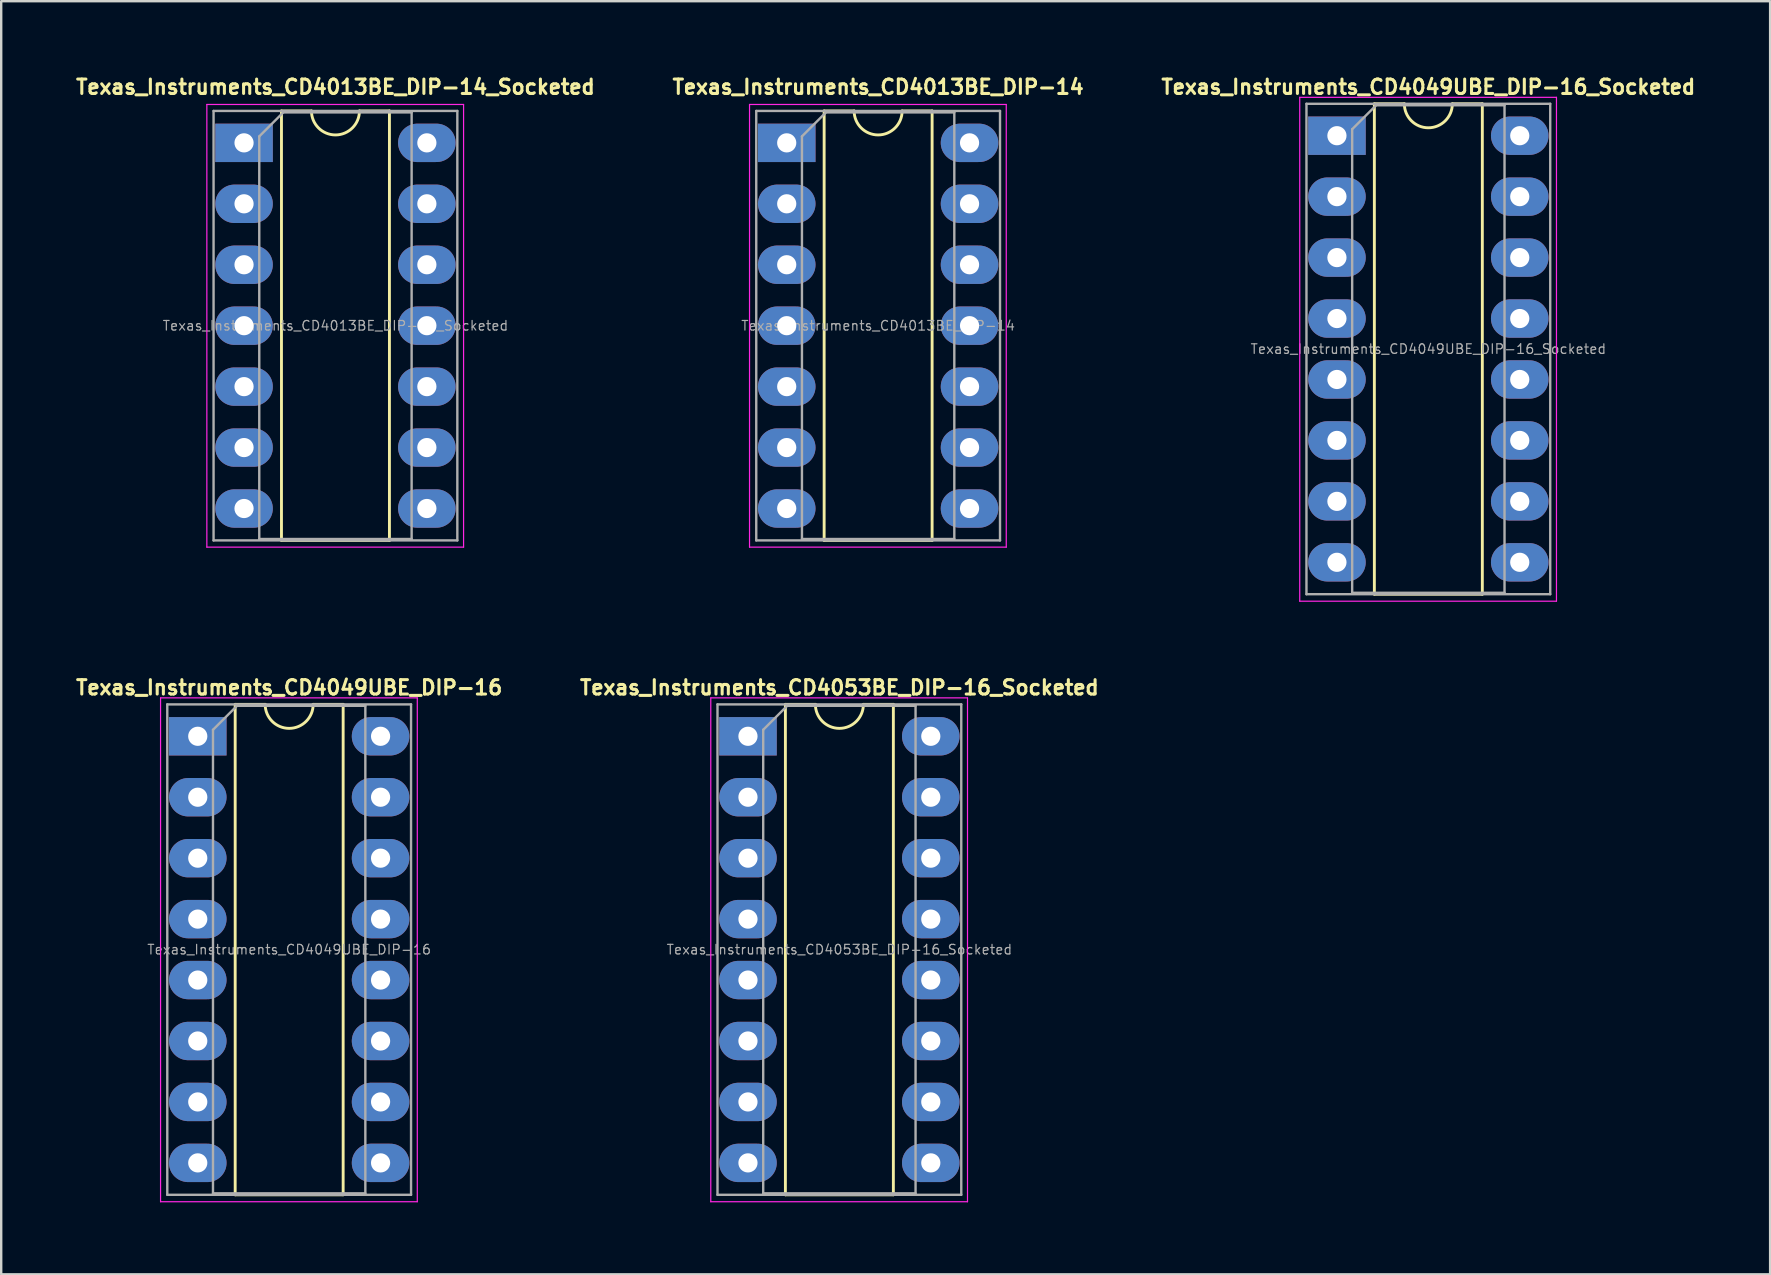
<source format=kicad_pcb>
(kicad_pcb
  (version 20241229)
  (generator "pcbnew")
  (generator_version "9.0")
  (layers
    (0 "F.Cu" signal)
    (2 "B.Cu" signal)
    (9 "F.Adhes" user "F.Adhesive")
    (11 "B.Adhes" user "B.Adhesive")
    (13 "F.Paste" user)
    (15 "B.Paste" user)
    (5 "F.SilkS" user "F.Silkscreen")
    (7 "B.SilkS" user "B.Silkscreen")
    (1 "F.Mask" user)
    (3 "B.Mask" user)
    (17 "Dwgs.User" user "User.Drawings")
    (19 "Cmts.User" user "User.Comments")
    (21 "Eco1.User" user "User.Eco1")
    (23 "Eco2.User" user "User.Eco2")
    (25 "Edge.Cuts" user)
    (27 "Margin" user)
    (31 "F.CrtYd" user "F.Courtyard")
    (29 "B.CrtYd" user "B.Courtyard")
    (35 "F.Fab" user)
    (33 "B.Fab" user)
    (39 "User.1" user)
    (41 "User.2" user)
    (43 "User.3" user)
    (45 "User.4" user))
  (footprint "Texas_Instruments_CD4013BE_DIP-14"
    (layer "F.Cu")
    (at 33.549 10.524)
    (property "Reference" "Texas_Instruments_CD4013BE_DIP-14" (at 0 -9.95 0) (layer "F.SilkS") (effects (font (size 0.6 0.6) (thickness 0.127))))
    (attr through_hole)
    (fp_line (start -2.25 -8.95) (end -2.25 8.95) (stroke (width 0.12) (type solid)) (layer "F.SilkS"))
    (fp_line (start -2.25 8.95) (end 2.25 8.95) (stroke (width 0.12) (type solid)) (layer "F.SilkS"))
    (fp_line (start -1 -8.95) (end -2.25 -8.95) (stroke (width 0.12) (type solid)) (layer "F.SilkS"))
    (fp_line (start 2.25 -8.95) (end 1 -8.95) (stroke (width 0.12) (type solid)) (layer "F.SilkS"))
    (fp_line (start 2.25 8.95) (end 2.25 -8.95) (stroke (width 0.12) (type solid)) (layer "F.SilkS"))
    (fp_arc (start 1 -8.95) (mid 0 -7.95) (end -1 -8.95) (stroke (width 0.12) (type solid)) (layer "F.SilkS"))
    (fp_line (start -5.36 -9.22) (end -5.36 9.23) (stroke (width 0.05) (type solid)) (layer "F.CrtYd"))
    (fp_line (start -5.36 9.23) (end 5.34 9.23) (stroke (width 0.05) (type solid)) (layer "F.CrtYd"))
    (fp_line (start 5.34 -9.22) (end -5.36 -9.22) (stroke (width 0.05) (type solid)) (layer "F.CrtYd"))
    (fp_line (start 5.34 9.23) (end 5.34 -9.22) (stroke (width 0.05) (type solid)) (layer "F.CrtYd"))
    (fp_line (start -5.08 -8.95) (end -5.08 8.95) (stroke (width 0.1) (type solid)) (layer "F.Fab"))
    (fp_line (start -5.08 8.95) (end 5.08 8.95) (stroke (width 0.1) (type solid)) (layer "F.Fab"))
    (fp_line (start -3.175 -7.89) (end -2.175 -8.89) (stroke (width 0.1) (type solid)) (layer "F.Fab"))
    (fp_line (start -3.175 8.89) (end -3.175 -7.89) (stroke (width 0.1) (type solid)) (layer "F.Fab"))
    (fp_line (start -2.175 -8.89) (end 3.175 -8.89) (stroke (width 0.1) (type solid)) (layer "F.Fab"))
    (fp_line (start 3.175 -8.89) (end 3.175 8.89) (stroke (width 0.1) (type solid)) (layer "F.Fab"))
    (fp_line (start 3.175 8.89) (end -3.175 8.89) (stroke (width 0.1) (type solid)) (layer "F.Fab"))
    (fp_line (start 5.08 -8.95) (end -5.08 -8.95) (stroke (width 0.1) (type solid)) (layer "F.Fab"))
    (fp_line (start 5.08 8.95) (end 5.08 -8.95) (stroke (width 0.1) (type solid)) (layer "F.Fab"))
    (fp_text user "${REFERENCE}" (at 0 0 0) (layer "F.Fab") (effects (font (size 0.4 0.4) (thickness 0.05))))
    (pad "1" thru_hole rect (at -3.81 -7.62) (size 2.4 1.6) (drill 0.8) (layers "*.Cu" "*.Mask"))
    (pad "2" thru_hole oval (at -3.81 -5.08) (size 2.4 1.6) (drill 0.8) (layers "*.Cu" "*.Mask"))
    (pad "3" thru_hole oval (at -3.81 -2.54) (size 2.4 1.6) (drill 0.8) (layers "*.Cu" "*.Mask"))
    (pad "4" thru_hole oval (at -3.81 0) (size 2.4 1.6) (drill 0.8) (layers "*.Cu" "*.Mask"))
    (pad "5" thru_hole oval (at -3.81 2.54) (size 2.4 1.6) (drill 0.8) (layers "*.Cu" "*.Mask"))
    (pad "6" thru_hole oval (at -3.81 5.08) (size 2.4 1.6) (drill 0.8) (layers "*.Cu" "*.Mask"))
    (pad "7" thru_hole oval (at -3.81 7.62) (size 2.4 1.6) (drill 0.8) (layers "*.Cu" "*.Mask"))
    (pad "8" thru_hole oval (at 3.81 7.62) (size 2.4 1.6) (drill 0.8) (layers "*.Cu" "*.Mask"))
    (pad "9" thru_hole oval (at 3.81 5.08) (size 2.4 1.6) (drill 0.8) (layers "*.Cu" "*.Mask"))
    (pad "10" thru_hole oval (at 3.81 2.54) (size 2.4 1.6) (drill 0.8) (layers "*.Cu" "*.Mask"))
    (pad "11" thru_hole oval (at 3.81 0) (size 2.4 1.6) (drill 0.8) (layers "*.Cu" "*.Mask"))
    (pad "12" thru_hole oval (at 3.81 -2.54) (size 2.4 1.6) (drill 0.8) (layers "*.Cu" "*.Mask"))
    (pad "13" thru_hole oval (at 3.81 -5.08) (size 2.4 1.6) (drill 0.8) (layers "*.Cu" "*.Mask"))
    (pad "14" thru_hole oval (at 3.81 -7.62) (size 2.4 1.6) (drill 0.8) (layers "*.Cu" "*.Mask")))
  (footprint "Texas_Instruments_CD4053BE_DIP-16_Socketed"
    (layer "F.Cu")
    (at 31.934 36.527)
    (property "Reference" "Texas_Instruments_CD4053BE_DIP-16_Socketed" (at 0 -10.922 0) (layer "F.SilkS") (effects (font (size 0.6 0.6) (thickness 0.127))))
    (attr through_hole)
    (fp_line (start -2.25 -10.22) (end -2.25 10.22) (stroke (width 0.12) (type solid)) (layer "F.SilkS"))
    (fp_line (start -2.25 10.22) (end 2.25 10.22) (stroke (width 0.12) (type solid)) (layer "F.SilkS"))
    (fp_line (start -1 -10.22) (end -2.25 -10.22) (stroke (width 0.12) (type solid)) (layer "F.SilkS"))
    (fp_line (start 2.25 -10.22) (end 1 -10.22) (stroke (width 0.12) (type solid)) (layer "F.SilkS"))
    (fp_line (start 2.25 10.22) (end 2.25 -10.22) (stroke (width 0.12) (type solid)) (layer "F.SilkS"))
    (fp_arc (start 1 -10.22) (mid 0 -9.22) (end -1 -10.22) (stroke (width 0.12) (type solid)) (layer "F.SilkS"))
    (fp_line (start -5.36 -10.49) (end -5.36 10.51) (stroke (width 0.05) (type solid)) (layer "F.CrtYd"))
    (fp_line (start -5.36 10.51) (end 5.34 10.51) (stroke (width 0.05) (type solid)) (layer "F.CrtYd"))
    (fp_line (start 5.34 -10.49) (end -5.36 -10.49) (stroke (width 0.05) (type solid)) (layer "F.CrtYd"))
    (fp_line (start 5.34 10.51) (end 5.34 -10.49) (stroke (width 0.05) (type solid)) (layer "F.CrtYd"))
    (fp_line (start -5.08 -10.22) (end -5.08 10.22) (stroke (width 0.1) (type solid)) (layer "F.Fab"))
    (fp_line (start -5.08 10.22) (end 5.08 10.22) (stroke (width 0.1) (type solid)) (layer "F.Fab"))
    (fp_line (start -3.175 -9.16) (end -2.175 -10.16) (stroke (width 0.1) (type solid)) (layer "F.Fab"))
    (fp_line (start -3.175 10.16) (end -3.175 -9.16) (stroke (width 0.1) (type solid)) (layer "F.Fab"))
    (fp_line (start -2.175 -10.16) (end 3.175 -10.16) (stroke (width 0.1) (type solid)) (layer "F.Fab"))
    (fp_line (start 3.175 -10.16) (end 3.175 10.16) (stroke (width 0.1) (type solid)) (layer "F.Fab"))
    (fp_line (start 3.175 10.16) (end -3.175 10.16) (stroke (width 0.1) (type solid)) (layer "F.Fab"))
    (fp_line (start 5.08 -10.22) (end -5.08 -10.22) (stroke (width 0.1) (type solid)) (layer "F.Fab"))
    (fp_line (start 5.08 10.22) (end 5.08 -10.22) (stroke (width 0.1) (type solid)) (layer "F.Fab"))
    (fp_text user "${REFERENCE}" (at 0 0 0) (layer "F.Fab") (effects (font (size 0.4 0.4) (thickness 0.05))))
    (pad "1" thru_hole rect (at -3.81 -8.89) (size 2.4 1.6) (drill 0.8) (layers "*.Cu" "*.Mask"))
    (pad "2" thru_hole oval (at -3.81 -6.35) (size 2.4 1.6) (drill 0.8) (layers "*.Cu" "*.Mask"))
    (pad "3" thru_hole oval (at -3.81 -3.81) (size 2.4 1.6) (drill 0.8) (layers "*.Cu" "*.Mask"))
    (pad "4" thru_hole oval (at -3.81 -1.27) (size 2.4 1.6) (drill 0.8) (layers "*.Cu" "*.Mask"))
    (pad "5" thru_hole oval (at -3.81 1.27) (size 2.4 1.6) (drill 0.8) (layers "*.Cu" "*.Mask"))
    (pad "6" thru_hole oval (at -3.81 3.81) (size 2.4 1.6) (drill 0.8) (layers "*.Cu" "*.Mask"))
    (pad "7" thru_hole oval (at -3.81 6.35) (size 2.4 1.6) (drill 0.8) (layers "*.Cu" "*.Mask"))
    (pad "8" thru_hole oval (at -3.81 8.89) (size 2.4 1.6) (drill 0.8) (layers "*.Cu" "*.Mask"))
    (pad "9" thru_hole oval (at 3.81 8.89) (size 2.4 1.6) (drill 0.8) (layers "*.Cu" "*.Mask"))
    (pad "10" thru_hole oval (at 3.81 6.35) (size 2.4 1.6) (drill 0.8) (layers "*.Cu" "*.Mask"))
    (pad "11" thru_hole oval (at 3.81 3.81) (size 2.4 1.6) (drill 0.8) (layers "*.Cu" "*.Mask"))
    (pad "12" thru_hole oval (at 3.81 1.27) (size 2.4 1.6) (drill 0.8) (layers "*.Cu" "*.Mask"))
    (pad "13" thru_hole oval (at 3.81 -1.27) (size 2.4 1.6) (drill 0.8) (layers "*.Cu" "*.Mask"))
    (pad "14" thru_hole oval (at 3.81 -3.81) (size 2.4 1.6) (drill 0.8) (layers "*.Cu" "*.Mask"))
    (pad "15" thru_hole oval (at 3.81 -6.35) (size 2.4 1.6) (drill 0.8) (layers "*.Cu" "*.Mask"))
    (pad "16" thru_hole oval (at 3.81 -8.89) (size 2.4 1.6) (drill 0.8) (layers "*.Cu" "*.Mask")))
  (footprint "Texas_Instruments_CD4049UBE_DIP-16_Socketed"
    (layer "F.Cu")
    (at 56.481 11.496)
    (property "Reference" "Texas_Instruments_CD4049UBE_DIP-16_Socketed" (at 0 -10.922 0) (layer "F.SilkS") (effects (font (size 0.6 0.6) (thickness 0.127))))
    (attr through_hole)
    (fp_line (start -2.25 -10.22) (end -2.25 10.22) (stroke (width 0.12) (type solid)) (layer "F.SilkS"))
    (fp_line (start -2.25 10.22) (end 2.25 10.22) (stroke (width 0.12) (type solid)) (layer "F.SilkS"))
    (fp_line (start -1 -10.22) (end -2.25 -10.22) (stroke (width 0.12) (type solid)) (layer "F.SilkS"))
    (fp_line (start 2.25 -10.22) (end 1 -10.22) (stroke (width 0.12) (type solid)) (layer "F.SilkS"))
    (fp_line (start 2.25 10.22) (end 2.25 -10.22) (stroke (width 0.12) (type solid)) (layer "F.SilkS"))
    (fp_arc (start 1 -10.22) (mid 0 -9.22) (end -1 -10.22) (stroke (width 0.12) (type solid)) (layer "F.SilkS"))
    (fp_line (start -5.36 -10.49) (end -5.36 10.51) (stroke (width 0.05) (type solid)) (layer "F.CrtYd"))
    (fp_line (start -5.36 10.51) (end 5.34 10.51) (stroke (width 0.05) (type solid)) (layer "F.CrtYd"))
    (fp_line (start 5.34 -10.49) (end -5.36 -10.49) (stroke (width 0.05) (type solid)) (layer "F.CrtYd"))
    (fp_line (start 5.34 10.51) (end 5.34 -10.49) (stroke (width 0.05) (type solid)) (layer "F.CrtYd"))
    (fp_line (start -5.08 -10.22) (end -5.08 10.22) (stroke (width 0.1) (type solid)) (layer "F.Fab"))
    (fp_line (start -5.08 10.22) (end 5.08 10.22) (stroke (width 0.1) (type solid)) (layer "F.Fab"))
    (fp_line (start -3.175 -9.16) (end -2.175 -10.16) (stroke (width 0.1) (type solid)) (layer "F.Fab"))
    (fp_line (start -3.175 10.16) (end -3.175 -9.16) (stroke (width 0.1) (type solid)) (layer "F.Fab"))
    (fp_line (start -2.175 -10.16) (end 3.175 -10.16) (stroke (width 0.1) (type solid)) (layer "F.Fab"))
    (fp_line (start 3.175 -10.16) (end 3.175 10.16) (stroke (width 0.1) (type solid)) (layer "F.Fab"))
    (fp_line (start 3.175 10.16) (end -3.175 10.16) (stroke (width 0.1) (type solid)) (layer "F.Fab"))
    (fp_line (start 5.08 -10.22) (end -5.08 -10.22) (stroke (width 0.1) (type solid)) (layer "F.Fab"))
    (fp_line (start 5.08 10.22) (end 5.08 -10.22) (stroke (width 0.1) (type solid)) (layer "F.Fab"))
    (fp_text user "${REFERENCE}" (at 0 0 0) (layer "F.Fab") (effects (font (size 0.4 0.4) (thickness 0.05))))
    (pad "1" thru_hole rect (at -3.81 -8.89) (size 2.4 1.6) (drill 0.8) (layers "*.Cu" "*.Mask"))
    (pad "2" thru_hole oval (at -3.81 -6.35) (size 2.4 1.6) (drill 0.8) (layers "*.Cu" "*.Mask"))
    (pad "3" thru_hole oval (at -3.81 -3.81) (size 2.4 1.6) (drill 0.8) (layers "*.Cu" "*.Mask"))
    (pad "4" thru_hole oval (at -3.81 -1.27) (size 2.4 1.6) (drill 0.8) (layers "*.Cu" "*.Mask"))
    (pad "5" thru_hole oval (at -3.81 1.27) (size 2.4 1.6) (drill 0.8) (layers "*.Cu" "*.Mask"))
    (pad "6" thru_hole oval (at -3.81 3.81) (size 2.4 1.6) (drill 0.8) (layers "*.Cu" "*.Mask"))
    (pad "7" thru_hole oval (at -3.81 6.35) (size 2.4 1.6) (drill 0.8) (layers "*.Cu" "*.Mask"))
    (pad "8" thru_hole oval (at -3.81 8.89) (size 2.4 1.6) (drill 0.8) (layers "*.Cu" "*.Mask"))
    (pad "9" thru_hole oval (at 3.81 8.89) (size 2.4 1.6) (drill 0.8) (layers "*.Cu" "*.Mask"))
    (pad "10" thru_hole oval (at 3.81 6.35) (size 2.4 1.6) (drill 0.8) (layers "*.Cu" "*.Mask"))
    (pad "11" thru_hole oval (at 3.81 3.81) (size 2.4 1.6) (drill 0.8) (layers "*.Cu" "*.Mask"))
    (pad "12" thru_hole oval (at 3.81 1.27) (size 2.4 1.6) (drill 0.8) (layers "*.Cu" "*.Mask"))
    (pad "13" thru_hole oval (at 3.81 -1.27) (size 2.4 1.6) (drill 0.8) (layers "*.Cu" "*.Mask"))
    (pad "14" thru_hole oval (at 3.81 -3.81) (size 2.4 1.6) (drill 0.8) (layers "*.Cu" "*.Mask"))
    (pad "15" thru_hole oval (at 3.81 -6.35) (size 2.4 1.6) (drill 0.8) (layers "*.Cu" "*.Mask"))
    (pad "16" thru_hole oval (at 3.81 -8.89) (size 2.4 1.6) (drill 0.8) (layers "*.Cu" "*.Mask")))
  (footprint "Texas_Instruments_CD4013BE_DIP-14_Socketed"
    (layer "F.Cu")
    (at 10.931 10.524)
    (property "Reference" "Texas_Instruments_CD4013BE_DIP-14_Socketed" (at 0 -9.95 0) (layer "F.SilkS") (effects (font (size 0.6 0.6) (thickness 0.127))))
    (attr through_hole)
    (fp_line (start -2.25 -8.95) (end -2.25 8.95) (stroke (width 0.12) (type solid)) (layer "F.SilkS"))
    (fp_line (start -2.25 8.95) (end 2.25 8.95) (stroke (width 0.12) (type solid)) (layer "F.SilkS"))
    (fp_line (start -1 -8.95) (end -2.25 -8.95) (stroke (width 0.12) (type solid)) (layer "F.SilkS"))
    (fp_line (start 2.25 -8.95) (end 1 -8.95) (stroke (width 0.12) (type solid)) (layer "F.SilkS"))
    (fp_line (start 2.25 8.95) (end 2.25 -8.95) (stroke (width 0.12) (type solid)) (layer "F.SilkS"))
    (fp_arc (start 1 -8.95) (mid 0 -7.95) (end -1 -8.95) (stroke (width 0.12) (type solid)) (layer "F.SilkS"))
    (fp_line (start -5.36 -9.22) (end -5.36 9.23) (stroke (width 0.05) (type solid)) (layer "F.CrtYd"))
    (fp_line (start -5.36 9.23) (end 5.34 9.23) (stroke (width 0.05) (type solid)) (layer "F.CrtYd"))
    (fp_line (start 5.34 -9.22) (end -5.36 -9.22) (stroke (width 0.05) (type solid)) (layer "F.CrtYd"))
    (fp_line (start 5.34 9.23) (end 5.34 -9.22) (stroke (width 0.05) (type solid)) (layer "F.CrtYd"))
    (fp_line (start -5.08 -8.95) (end -5.08 8.95) (stroke (width 0.1) (type solid)) (layer "F.Fab"))
    (fp_line (start -5.08 8.95) (end 5.08 8.95) (stroke (width 0.1) (type solid)) (layer "F.Fab"))
    (fp_line (start -3.175 -7.89) (end -2.175 -8.89) (stroke (width 0.1) (type solid)) (layer "F.Fab"))
    (fp_line (start -3.175 8.89) (end -3.175 -7.89) (stroke (width 0.1) (type solid)) (layer "F.Fab"))
    (fp_line (start -2.175 -8.89) (end 3.175 -8.89) (stroke (width 0.1) (type solid)) (layer "F.Fab"))
    (fp_line (start 3.175 -8.89) (end 3.175 8.89) (stroke (width 0.1) (type solid)) (layer "F.Fab"))
    (fp_line (start 3.175 8.89) (end -3.175 8.89) (stroke (width 0.1) (type solid)) (layer "F.Fab"))
    (fp_line (start 5.08 -8.95) (end -5.08 -8.95) (stroke (width 0.1) (type solid)) (layer "F.Fab"))
    (fp_line (start 5.08 8.95) (end 5.08 -8.95) (stroke (width 0.1) (type solid)) (layer "F.Fab"))
    (fp_text user "${REFERENCE}" (at 0 0 0) (layer "F.Fab") (effects (font (size 0.4 0.4) (thickness 0.05))))
    (pad "1" thru_hole rect (at -3.81 -7.62) (size 2.4 1.6) (drill 0.8) (layers "*.Cu" "*.Mask"))
    (pad "2" thru_hole oval (at -3.81 -5.08) (size 2.4 1.6) (drill 0.8) (layers "*.Cu" "*.Mask"))
    (pad "3" thru_hole oval (at -3.81 -2.54) (size 2.4 1.6) (drill 0.8) (layers "*.Cu" "*.Mask"))
    (pad "4" thru_hole oval (at -3.81 0) (size 2.4 1.6) (drill 0.8) (layers "*.Cu" "*.Mask"))
    (pad "5" thru_hole oval (at -3.81 2.54) (size 2.4 1.6) (drill 0.8) (layers "*.Cu" "*.Mask"))
    (pad "6" thru_hole oval (at -3.81 5.08) (size 2.4 1.6) (drill 0.8) (layers "*.Cu" "*.Mask"))
    (pad "7" thru_hole oval (at -3.81 7.62) (size 2.4 1.6) (drill 0.8) (layers "*.Cu" "*.Mask"))
    (pad "8" thru_hole oval (at 3.81 7.62) (size 2.4 1.6) (drill 0.8) (layers "*.Cu" "*.Mask"))
    (pad "9" thru_hole oval (at 3.81 5.08) (size 2.4 1.6) (drill 0.8) (layers "*.Cu" "*.Mask"))
    (pad "10" thru_hole oval (at 3.81 2.54) (size 2.4 1.6) (drill 0.8) (layers "*.Cu" "*.Mask"))
    (pad "11" thru_hole oval (at 3.81 0) (size 2.4 1.6) (drill 0.8) (layers "*.Cu" "*.Mask"))
    (pad "12" thru_hole oval (at 3.81 -2.54) (size 2.4 1.6) (drill 0.8) (layers "*.Cu" "*.Mask"))
    (pad "13" thru_hole oval (at 3.81 -5.08) (size 2.4 1.6) (drill 0.8) (layers "*.Cu" "*.Mask"))
    (pad "14" thru_hole oval (at 3.81 -7.62) (size 2.4 1.6) (drill 0.8) (layers "*.Cu" "*.Mask")))
  (footprint "Texas_Instruments_CD4049UBE_DIP-16"
    (layer "F.Cu")
    (at 9.002 36.527)
    (property "Reference" "Texas_Instruments_CD4049UBE_DIP-16" (at 0 -10.922 0) (layer "F.SilkS") (effects (font (size 0.6 0.6) (thickness 0.127))))
    (attr through_hole)
    (fp_line (start -2.25 -10.22) (end -2.25 10.22) (stroke (width 0.12) (type solid)) (layer "F.SilkS"))
    (fp_line (start -2.25 10.22) (end 2.25 10.22) (stroke (width 0.12) (type solid)) (layer "F.SilkS"))
    (fp_line (start -1 -10.22) (end -2.25 -10.22) (stroke (width 0.12) (type solid)) (layer "F.SilkS"))
    (fp_line (start 2.25 -10.22) (end 1 -10.22) (stroke (width 0.12) (type solid)) (layer "F.SilkS"))
    (fp_line (start 2.25 10.22) (end 2.25 -10.22) (stroke (width 0.12) (type solid)) (layer "F.SilkS"))
    (fp_arc (start 1 -10.22) (mid 0 -9.22) (end -1 -10.22) (stroke (width 0.12) (type solid)) (layer "F.SilkS"))
    (fp_line (start -5.36 -10.49) (end -5.36 10.51) (stroke (width 0.05) (type solid)) (layer "F.CrtYd"))
    (fp_line (start -5.36 10.51) (end 5.34 10.51) (stroke (width 0.05) (type solid)) (layer "F.CrtYd"))
    (fp_line (start 5.34 -10.49) (end -5.36 -10.49) (stroke (width 0.05) (type solid)) (layer "F.CrtYd"))
    (fp_line (start 5.34 10.51) (end 5.34 -10.49) (stroke (width 0.05) (type solid)) (layer "F.CrtYd"))
    (fp_line (start -5.08 -10.22) (end -5.08 10.22) (stroke (width 0.1) (type solid)) (layer "F.Fab"))
    (fp_line (start -5.08 10.22) (end 5.08 10.22) (stroke (width 0.1) (type solid)) (layer "F.Fab"))
    (fp_line (start -3.175 -9.16) (end -2.175 -10.16) (stroke (width 0.1) (type solid)) (layer "F.Fab"))
    (fp_line (start -3.175 10.16) (end -3.175 -9.16) (stroke (width 0.1) (type solid)) (layer "F.Fab"))
    (fp_line (start -2.175 -10.16) (end 3.175 -10.16) (stroke (width 0.1) (type solid)) (layer "F.Fab"))
    (fp_line (start 3.175 -10.16) (end 3.175 10.16) (stroke (width 0.1) (type solid)) (layer "F.Fab"))
    (fp_line (start 3.175 10.16) (end -3.175 10.16) (stroke (width 0.1) (type solid)) (layer "F.Fab"))
    (fp_line (start 5.08 -10.22) (end -5.08 -10.22) (stroke (width 0.1) (type solid)) (layer "F.Fab"))
    (fp_line (start 5.08 10.22) (end 5.08 -10.22) (stroke (width 0.1) (type solid)) (layer "F.Fab"))
    (fp_text user "${REFERENCE}" (at 0 0 0) (layer "F.Fab") (effects (font (size 0.4 0.4) (thickness 0.05))))
    (pad "1" thru_hole rect (at -3.81 -8.89) (size 2.4 1.6) (drill 0.8) (layers "*.Cu" "*.Mask"))
    (pad "2" thru_hole oval (at -3.81 -6.35) (size 2.4 1.6) (drill 0.8) (layers "*.Cu" "*.Mask"))
    (pad "3" thru_hole oval (at -3.81 -3.81) (size 2.4 1.6) (drill 0.8) (layers "*.Cu" "*.Mask"))
    (pad "4" thru_hole oval (at -3.81 -1.27) (size 2.4 1.6) (drill 0.8) (layers "*.Cu" "*.Mask"))
    (pad "5" thru_hole oval (at -3.81 1.27) (size 2.4 1.6) (drill 0.8) (layers "*.Cu" "*.Mask"))
    (pad "6" thru_hole oval (at -3.81 3.81) (size 2.4 1.6) (drill 0.8) (layers "*.Cu" "*.Mask"))
    (pad "7" thru_hole oval (at -3.81 6.35) (size 2.4 1.6) (drill 0.8) (layers "*.Cu" "*.Mask"))
    (pad "8" thru_hole oval (at -3.81 8.89) (size 2.4 1.6) (drill 0.8) (layers "*.Cu" "*.Mask"))
    (pad "9" thru_hole oval (at 3.81 8.89) (size 2.4 1.6) (drill 0.8) (layers "*.Cu" "*.Mask"))
    (pad "10" thru_hole oval (at 3.81 6.35) (size 2.4 1.6) (drill 0.8) (layers "*.Cu" "*.Mask"))
    (pad "11" thru_hole oval (at 3.81 3.81) (size 2.4 1.6) (drill 0.8) (layers "*.Cu" "*.Mask"))
    (pad "12" thru_hole oval (at 3.81 1.27) (size 2.4 1.6) (drill 0.8) (layers "*.Cu" "*.Mask"))
    (pad "13" thru_hole oval (at 3.81 -1.27) (size 2.4 1.6) (drill 0.8) (layers "*.Cu" "*.Mask"))
    (pad "14" thru_hole oval (at 3.81 -3.81) (size 2.4 1.6) (drill 0.8) (layers "*.Cu" "*.Mask"))
    (pad "15" thru_hole oval (at 3.81 -6.35) (size 2.4 1.6) (drill 0.8) (layers "*.Cu" "*.Mask"))
    (pad "16" thru_hole oval (at 3.81 -8.89) (size 2.4 1.6) (drill 0.8) (layers "*.Cu" "*.Mask")))
  (gr_rect
    (start -3 -3)
    (end 70.726 50.062)
    (stroke (width 0.1) (type default))
    (fill no)
    (layer "Edge.Cuts")))
</source>
